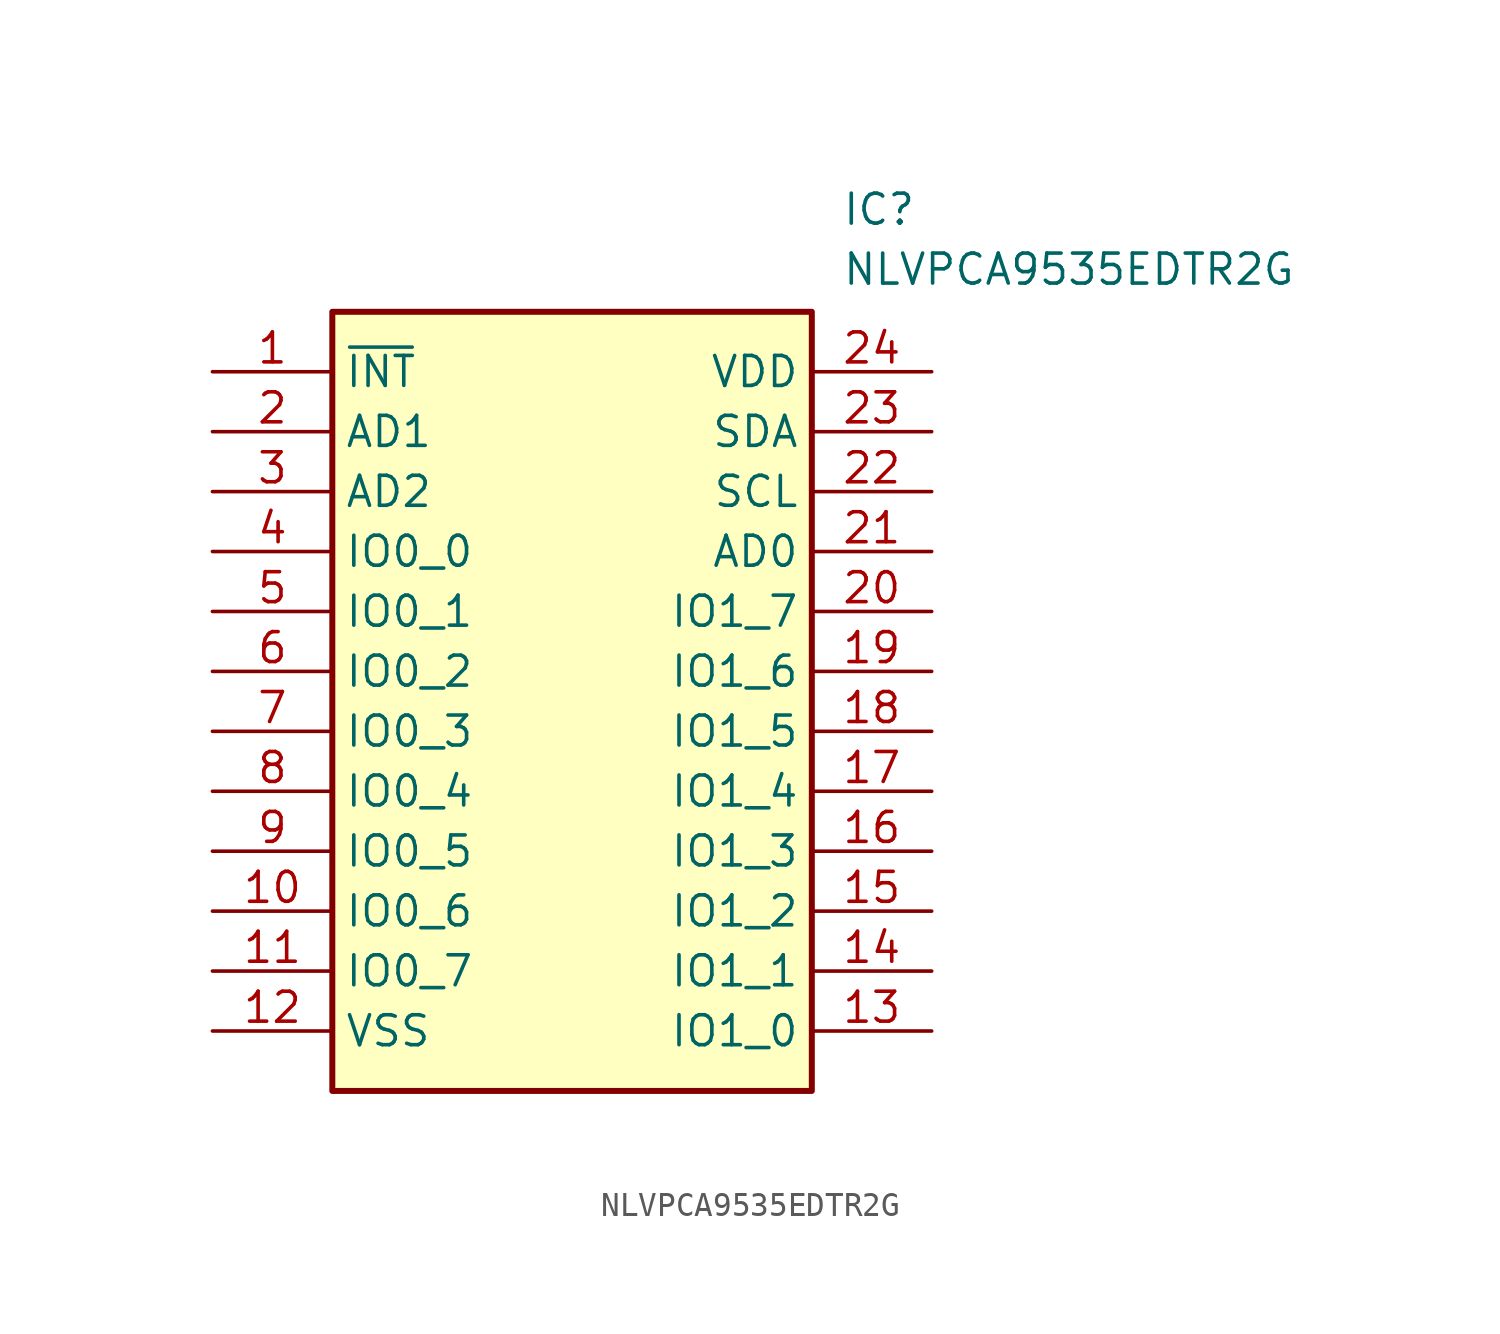
<source format=kicad_sym>
(kicad_symbol_lib
  (version 20211014)
  (generator SamacSys_ECAD_Model)
  (symbol "NLVPCA9535EDTR2G"
    (property "Reference" "IC"
      (at 26.67 7.62 0)
      (effects (font (size 1.27 1.27)) (justify left top)))
    (property "Value" "NLVPCA9535EDTR2G"
      (at 26.67 5.08 0)
      (effects (font (size 1.27 1.27)) (justify left top)))
    (rectangle
      (start 5.08 2.54)
      (end 25.4 -30.48)
      (stroke (width 0.254) (type default))
      (fill (type background)))
    (pin passive line
      (at 0 0 0)
      (length 5.08)
      (name "~{INT}" (effects (font (size 1.27 1.27))))
      (number "1" (effects (font (size 1.27 1.27)))))
    (pin passive line
      (at 0 -2.54 0)
      (length 5.08)
      (name "AD1" (effects (font (size 1.27 1.27))))
      (number "2" (effects (font (size 1.27 1.27)))))
    (pin passive line
      (at 0 -5.08 0)
      (length 5.08)
      (name "AD2" (effects (font (size 1.27 1.27))))
      (number "3" (effects (font (size 1.27 1.27)))))
    (pin passive line
      (at 0 -7.62 0)
      (length 5.08)
      (name "IO0_0" (effects (font (size 1.27 1.27))))
      (number "4" (effects (font (size 1.27 1.27)))))
    (pin passive line
      (at 0 -10.16 0)
      (length 5.08)
      (name "IO0_1" (effects (font (size 1.27 1.27))))
      (number "5" (effects (font (size 1.27 1.27)))))
    (pin passive line
      (at 0 -12.7 0)
      (length 5.08)
      (name "IO0_2" (effects (font (size 1.27 1.27))))
      (number "6" (effects (font (size 1.27 1.27)))))
    (pin passive line
      (at 0 -15.24 0)
      (length 5.08)
      (name "IO0_3" (effects (font (size 1.27 1.27))))
      (number "7" (effects (font (size 1.27 1.27)))))
    (pin passive line
      (at 0 -17.78 0)
      (length 5.08)
      (name "IO0_4" (effects (font (size 1.27 1.27))))
      (number "8" (effects (font (size 1.27 1.27)))))
    (pin passive line
      (at 0 -20.32 0)
      (length 5.08)
      (name "IO0_5" (effects (font (size 1.27 1.27))))
      (number "9" (effects (font (size 1.27 1.27)))))
    (pin passive line
      (at 0 -22.86 0)
      (length 5.08)
      (name "IO0_6" (effects (font (size 1.27 1.27))))
      (number "10" (effects (font (size 1.27 1.27)))))
    (pin passive line
      (at 0 -25.4 0)
      (length 5.08)
      (name "IO0_7" (effects (font (size 1.27 1.27))))
      (number "11" (effects (font (size 1.27 1.27)))))
    (pin passive line
      (at 0 -27.94 0)
      (length 5.08)
      (name "VSS" (effects (font (size 1.27 1.27))))
      (number "12" (effects (font (size 1.27 1.27)))))
    (pin passive line
      (at 30.48 0 180)
      (length 5.08)
      (name "VDD" (effects (font (size 1.27 1.27))))
      (number "24" (effects (font (size 1.27 1.27)))))
    (pin passive line
      (at 30.48 -2.54 180)
      (length 5.08)
      (name "SDA" (effects (font (size 1.27 1.27))))
      (number "23" (effects (font (size 1.27 1.27)))))
    (pin passive line
      (at 30.48 -5.08 180)
      (length 5.08)
      (name "SCL" (effects (font (size 1.27 1.27))))
      (number "22" (effects (font (size 1.27 1.27)))))
    (pin passive line
      (at 30.48 -7.62 180)
      (length 5.08)
      (name "AD0" (effects (font (size 1.27 1.27))))
      (number "21" (effects (font (size 1.27 1.27)))))
    (pin passive line
      (at 30.48 -10.16 180)
      (length 5.08)
      (name "IO1_7" (effects (font (size 1.27 1.27))))
      (number "20" (effects (font (size 1.27 1.27)))))
    (pin passive line
      (at 30.48 -12.7 180)
      (length 5.08)
      (name "IO1_6" (effects (font (size 1.27 1.27))))
      (number "19" (effects (font (size 1.27 1.27)))))
    (pin passive line
      (at 30.48 -15.24 180)
      (length 5.08)
      (name "IO1_5" (effects (font (size 1.27 1.27))))
      (number "18" (effects (font (size 1.27 1.27)))))
    (pin passive line
      (at 30.48 -17.78 180)
      (length 5.08)
      (name "IO1_4" (effects (font (size 1.27 1.27))))
      (number "17" (effects (font (size 1.27 1.27)))))
    (pin passive line
      (at 30.48 -20.32 180)
      (length 5.08)
      (name "IO1_3" (effects (font (size 1.27 1.27))))
      (number "16" (effects (font (size 1.27 1.27)))))
    (pin passive line
      (at 30.48 -22.86 180)
      (length 5.08)
      (name "IO1_2" (effects (font (size 1.27 1.27))))
      (number "15" (effects (font (size 1.27 1.27)))))
    (pin passive line
      (at 30.48 -25.4 180)
      (length 5.08)
      (name "IO1_1" (effects (font (size 1.27 1.27))))
      (number "14" (effects (font (size 1.27 1.27)))))
    (pin passive line
      (at 30.48 -27.94 180)
      (length 5.08)
      (name "IO1_0" (effects (font (size 1.27 1.27))))
      (number "13" (effects (font (size 1.27 1.27)))))))
</source>
